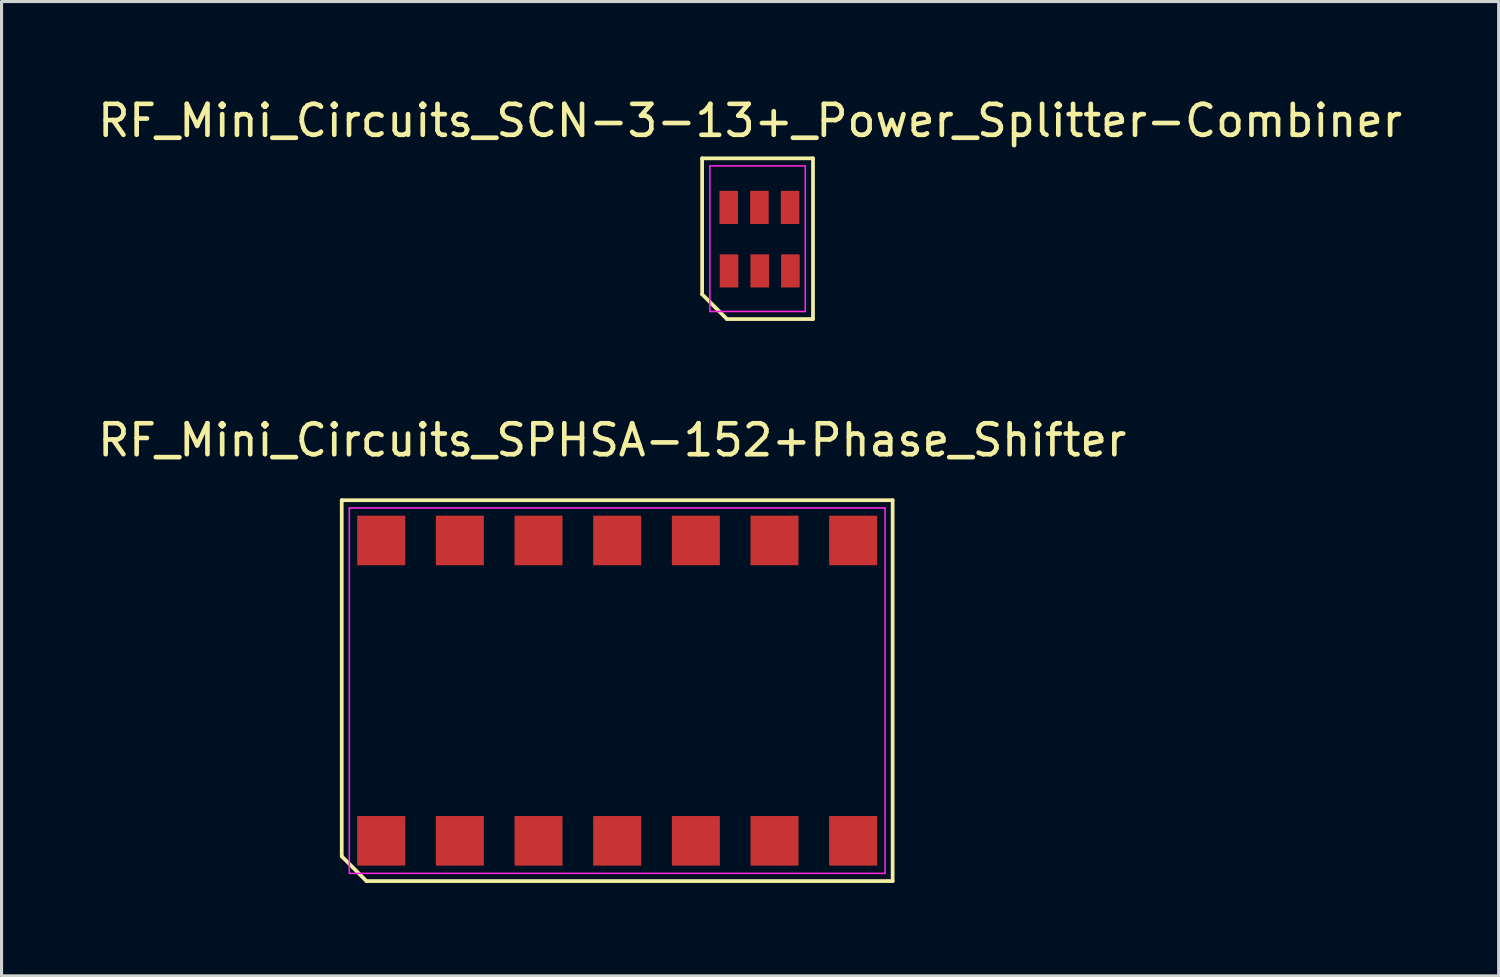
<source format=kicad_pcb>
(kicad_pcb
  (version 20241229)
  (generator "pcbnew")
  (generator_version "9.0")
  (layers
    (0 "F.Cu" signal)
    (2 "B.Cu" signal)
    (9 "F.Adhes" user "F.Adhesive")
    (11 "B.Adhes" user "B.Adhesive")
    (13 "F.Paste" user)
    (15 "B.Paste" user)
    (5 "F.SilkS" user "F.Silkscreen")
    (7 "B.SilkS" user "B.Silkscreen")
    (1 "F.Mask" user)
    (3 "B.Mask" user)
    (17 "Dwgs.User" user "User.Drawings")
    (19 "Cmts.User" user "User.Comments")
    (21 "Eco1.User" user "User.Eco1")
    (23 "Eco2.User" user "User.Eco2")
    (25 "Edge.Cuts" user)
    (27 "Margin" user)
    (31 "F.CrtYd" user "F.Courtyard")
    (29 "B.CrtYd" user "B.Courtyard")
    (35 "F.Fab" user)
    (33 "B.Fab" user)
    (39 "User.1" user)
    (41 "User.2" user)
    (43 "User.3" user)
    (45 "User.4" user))
  (footprint "RF_Mini_Circuits_SCN-3-13+_Power_Splitter-Combiner"
    (layer "F.Cu")
    (at 21.483 1.058)
    (property "Reference" "RF_Mini_Circuits_SCN-3-13+_Power_Splitter-Combiner" (at -0.31 -0.21 0) (layer "F.SilkS") (effects (font (size 1 1) (thickness 0.15))))
    (attr smd)
    (fp_line (start -1.86 1.005) (end 1.72 1.005) (stroke (width 0.12) (type solid)) (layer "F.SilkS"))
    (fp_line (start -1.86 5.395) (end -1.86 1.005) (stroke (width 0.12) (type solid)) (layer "F.SilkS"))
    (fp_line (start -1.06 6.195) (end -1.86 5.395) (stroke (width 0.12) (type solid)) (layer "F.SilkS"))
    (fp_line (start 1.72 1.005) (end 1.72 6.195) (stroke (width 0.12) (type solid)) (layer "F.SilkS"))
    (fp_line (start 1.72 6.195) (end -1.06 6.195) (stroke (width 0.12) (type solid)) (layer "F.SilkS"))
    (fp_line (start -1.61 1.25) (end 1.47 1.25) (stroke (width 0.05) (type solid)) (layer "F.CrtYd"))
    (fp_line (start -1.61 5.95) (end -1.61 1.25) (stroke (width 0.05) (type solid)) (layer "F.CrtYd"))
    (fp_line (start 1.47 1.25) (end 1.47 5.95) (stroke (width 0.05) (type solid)) (layer "F.CrtYd"))
    (fp_line (start 1.47 5.95) (end -1.61 5.95) (stroke (width 0.05) (type solid)) (layer "F.CrtYd"))
    (pad "1" smd rect (at -0.99 4.64) (size 0.6 1.07) (layers "F.Cu" "F.Mask" "F.Paste"))
    (pad "2" smd rect (at 0 4.64) (size 0.6 1.07) (layers "F.Cu" "F.Mask" "F.Paste"))
    (pad "3" smd rect (at 0.99 4.64) (size 0.6 1.07) (layers "F.Cu" "F.Mask" "F.Paste"))
    (pad "4" smd rect (at 0.98 2.59) (size 0.6 1.07) (layers "F.Cu" "F.Mask" "F.Paste"))
    (pad "5" smd rect (at -0.01 2.59) (size 0.6 1.07) (layers "F.Cu" "F.Mask" "F.Paste"))
    (pad "6" smd rect (at -1 2.59) (size 0.6 1.07) (layers "F.Cu" "F.Mask" "F.Paste")))
  (footprint "RF_Mini_Circuits_SPHSA-152+Phase_Shifter"
    (layer "F.Cu")
    (at 16.88 19.252)
    (property "Reference" "RF_Mini_Circuits_SPHSA-152+Phase_Shifter" (at -0.16 -8.09 180) (layer "F.SilkS") (effects (font (size 1 1) (thickness 0.15))))
    (attr smd)
    (fp_line (start -8.895 -6.15) (end 8.895 -6.15) (stroke (width 0.12) (type solid)) (layer "F.SilkS"))
    (fp_line (start -8.895 5.35) (end -8.895 -6.15) (stroke (width 0.12) (type solid)) (layer "F.SilkS"))
    (fp_line (start -8.095 6.15) (end -8.895 5.35) (stroke (width 0.12) (type solid)) (layer "F.SilkS"))
    (fp_line (start 8.895 -6.15) (end 8.895 6.15) (stroke (width 0.12) (type solid)) (layer "F.SilkS"))
    (fp_line (start 8.895 6.15) (end -8.095 6.15) (stroke (width 0.12) (type solid)) (layer "F.SilkS"))
    (fp_line (start -8.65 -5.9) (end 8.65 -5.9) (stroke (width 0.05) (type solid)) (layer "F.CrtYd"))
    (fp_line (start -8.65 5.9) (end -8.65 -5.9) (stroke (width 0.05) (type solid)) (layer "F.CrtYd"))
    (fp_line (start 8.65 -5.9) (end 8.65 5.9) (stroke (width 0.05) (type solid)) (layer "F.CrtYd"))
    (fp_line (start 8.65 5.9) (end -8.65 5.9) (stroke (width 0.05) (type solid)) (layer "F.CrtYd"))
    (pad "1" smd rect (at -7.62 4.85) (size 1.55 1.6) (layers "F.Cu" "F.Mask" "F.Paste"))
    (pad "2" smd rect (at -5.08 4.85) (size 1.55 1.6) (layers "F.Cu" "F.Mask" "F.Paste"))
    (pad "3" smd rect (at -2.54 4.85) (size 1.55 1.6) (layers "F.Cu" "F.Mask" "F.Paste"))
    (pad "4" smd rect (at 2.54 4.85) (size 1.55 1.6) (layers "F.Cu" "F.Mask" "F.Paste"))
    (pad "5" smd rect (at 5.08 4.85) (size 1.55 1.6) (layers "F.Cu" "F.Mask" "F.Paste"))
    (pad "6" smd rect (at 7.62 4.85) (size 1.55 1.6) (layers "F.Cu" "F.Mask" "F.Paste"))
    (pad "7" smd rect (at 7.62 -4.85) (size 1.55 1.6) (layers "F.Cu" "F.Mask" "F.Paste"))
    (pad "8" smd rect (at 5.08 -4.85) (size 1.55 1.6) (layers "F.Cu" "F.Mask" "F.Paste"))
    (pad "9" smd rect (at 2.54 -4.85) (size 1.55 1.6) (layers "F.Cu" "F.Mask" "F.Paste"))
    (pad "10" smd rect (at -2.54 -4.85) (size 1.55 1.6) (layers "F.Cu" "F.Mask" "F.Paste"))
    (pad "11" smd rect (at -5.08 -4.85) (size 1.55 1.6) (layers "F.Cu" "F.Mask" "F.Paste"))
    (pad "12" smd rect (at -7.62 -4.85) (size 1.55 1.6) (layers "F.Cu" "F.Mask" "F.Paste"))
    (pad "N/C" smd rect (at 0 -4.85) (size 1.55 1.6) (layers "F.Cu" "F.Mask" "F.Paste"))
    (pad "N/C" smd rect (at 0 4.85) (size 1.55 1.6) (layers "F.Cu" "F.Mask" "F.Paste")))
  (gr_rect
    (start -3 -3)
    (end 45.345 28.462)
    (stroke (width 0.1) (type default))
    (fill no)
    (layer "Edge.Cuts")))
</source>
